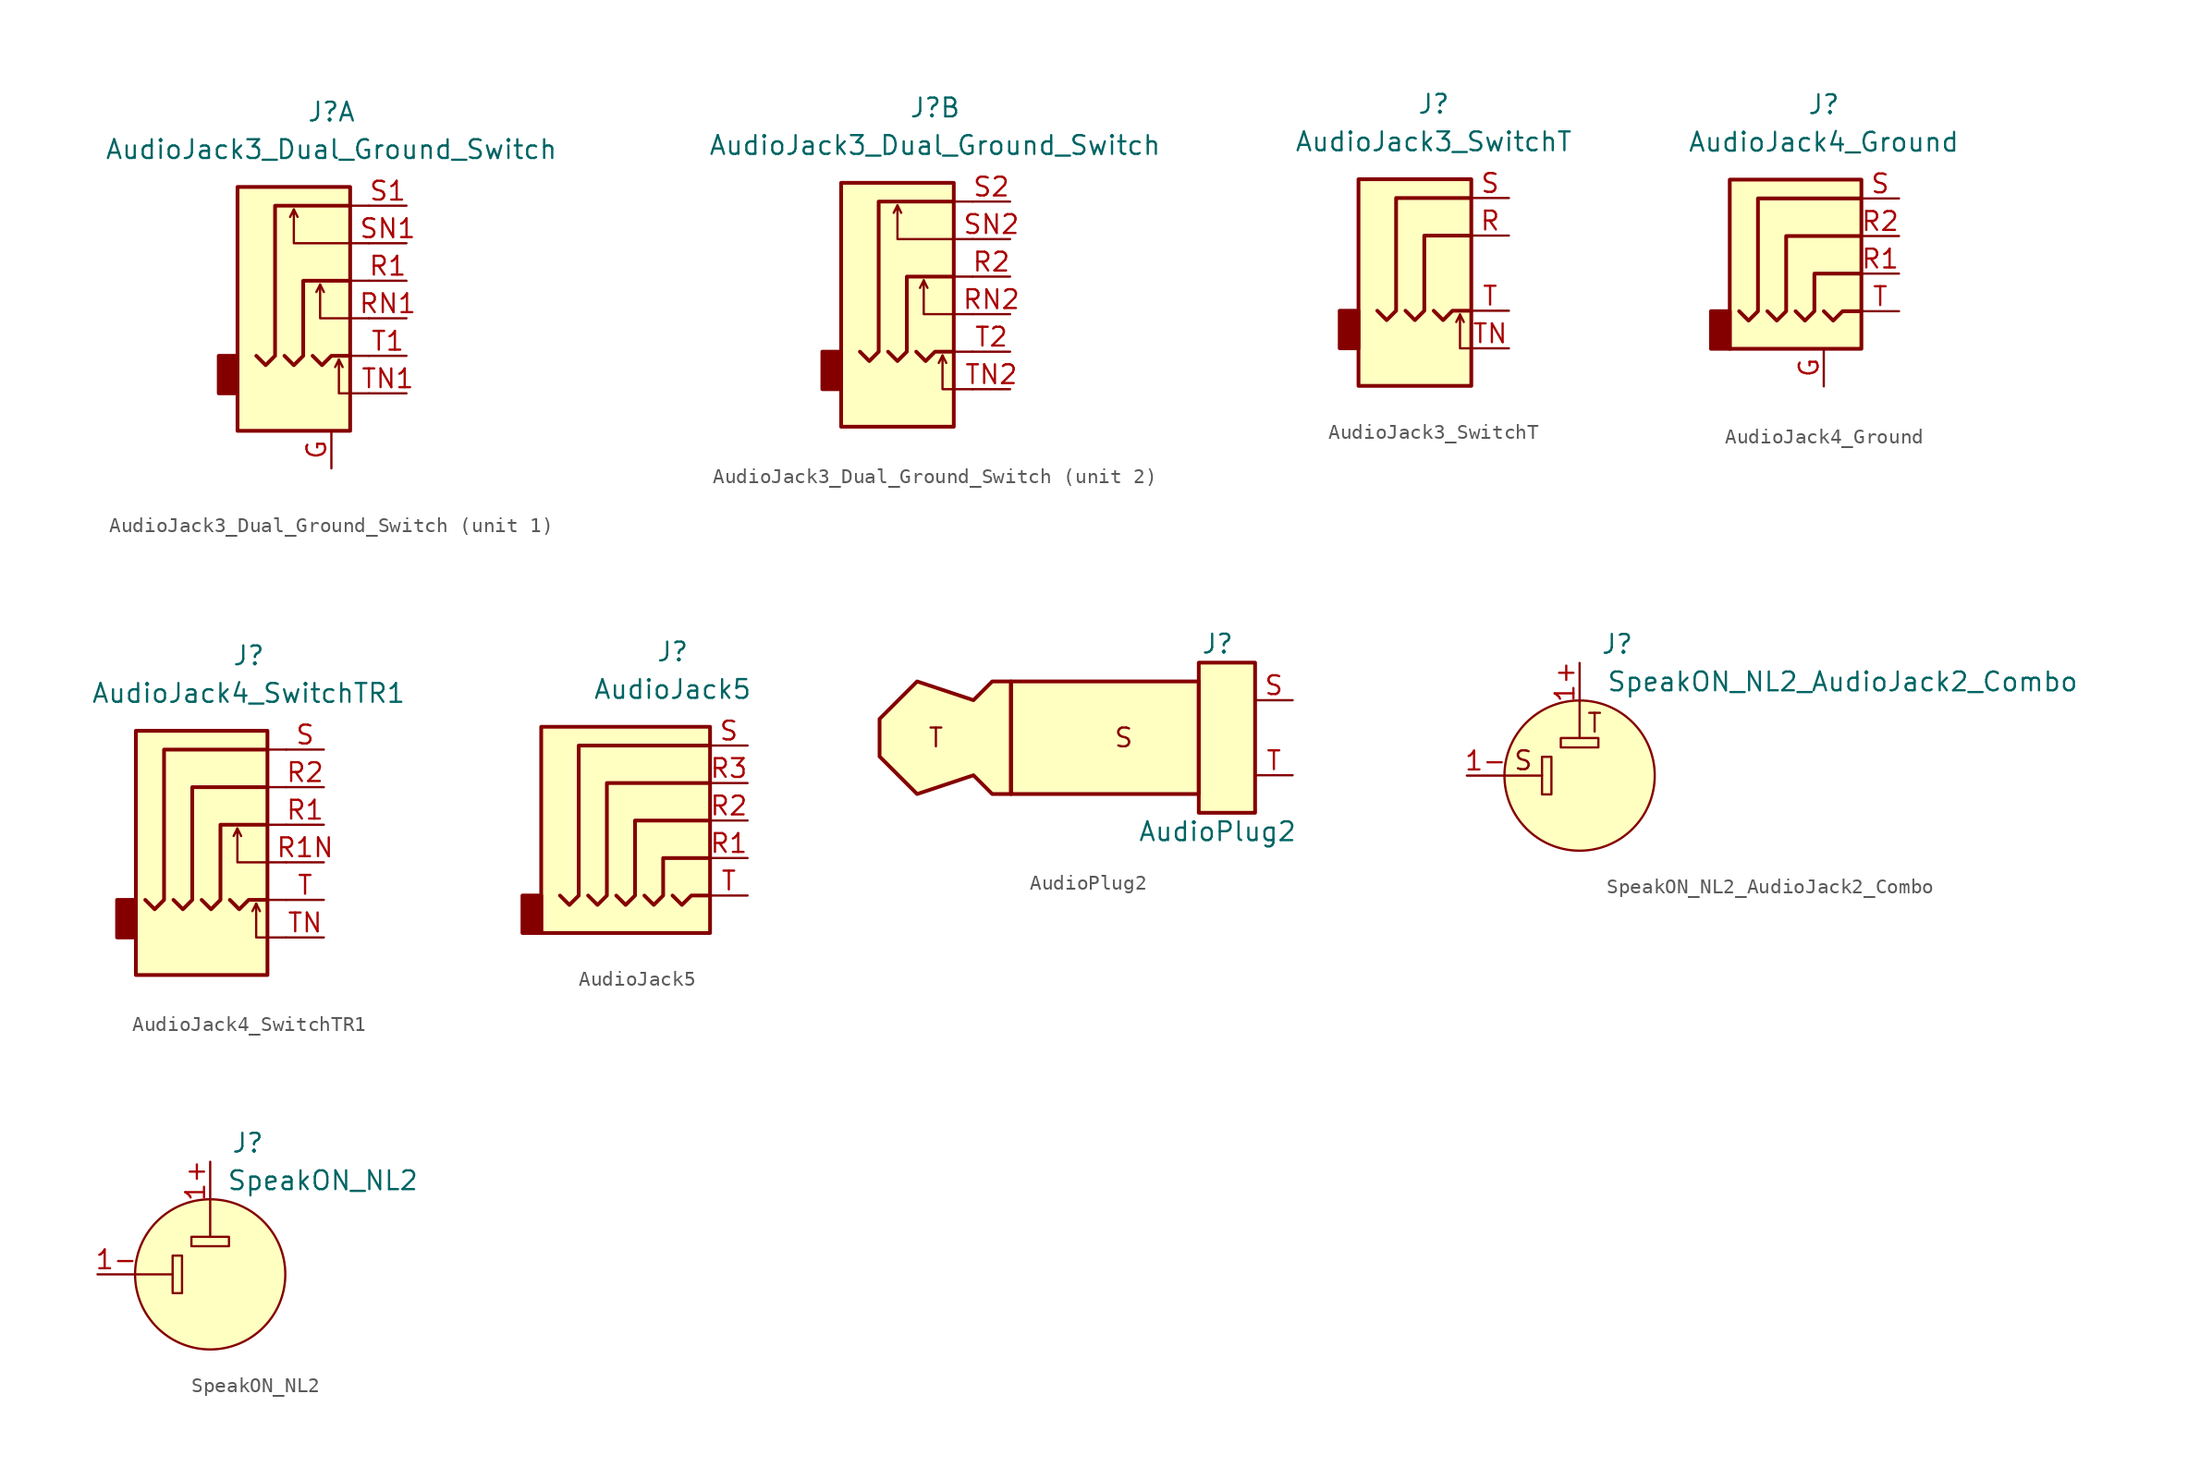
<source format=kicad_sym>
(kicad_symbol_lib
  (version 20241209)
  (generator "kicad_symbol_editor")
  (generator_version "9.0")
  (symbol "AudioJack3_Dual_Ground_Switch"
    (property "Reference" "J"
      (at 0 11.43 0)
      (effects (font (size 1.27 1.27))))
    (property "Value" "AudioJack3_Dual_Ground_Switch"
      (at 0 8.89 0)
      (effects (font (size 1.27 1.27))))
    (symbol "AudioJack3_Dual_Ground_Switch_0_1"
      (rectangle (start -6.35 -5.08) (end -7.62 -7.62) (stroke (width 0.254) (type default)) (fill (type outline)))
      (polyline (pts (xy -3.175 -5.08) (xy -2.54 -5.715) (xy -1.905 -5.08) (xy -1.905 0) (xy 1.27 0)) (stroke (width 0.254) (type default)) (fill (type none)))
      (polyline (pts (xy -2.54 4.826) (xy -2.286 4.318)) (stroke (width 0) (type default)) (fill (type none)))
      (polyline (pts (xy -1.27 -5.08) (xy -0.635 -5.715) (xy 0 -5.08) (xy 1.27 -5.08)) (stroke (width 0.254) (type default)) (fill (type none)))
      (polyline (pts (xy -0.762 -0.254) (xy -0.508 -0.762)) (stroke (width 0) (type default)) (fill (type none)))
      (polyline (pts (xy 0.508 -5.334) (xy 0.762 -5.842)) (stroke (width 0) (type default)) (fill (type none)))
      (rectangle (start 1.27 6.35) (end -6.35 -10.16) (stroke (width 0.254) (type default)) (fill (type background)))
      (polyline (pts (xy 1.27 5.08) (xy -3.81 5.08) (xy -3.81 -5.08) (xy -4.445 -5.715) (xy -5.08 -5.08)) (stroke (width 0.254) (type default)) (fill (type none)))
      (polyline (pts (xy 1.27 0) (xy 2.54 0)) (stroke (width 0) (type default)) (fill (type none)))
      (polyline (pts (xy 2.54 5.08) (xy 1.27 5.08)) (stroke (width 0) (type default)) (fill (type none)))
      (polyline (pts (xy 2.54 2.54) (xy -2.54 2.54) (xy -2.54 4.826) (xy -2.794 4.318)) (stroke (width 0) (type default)) (fill (type none)))
      (polyline (pts (xy 2.54 -2.54) (xy -0.762 -2.54) (xy -0.762 -0.254) (xy -1.016 -0.762)) (stroke (width 0) (type default)) (fill (type none)))
      (polyline (pts (xy 2.54 -5.08) (xy 1.27 -5.08)) (stroke (width 0) (type default)) (fill (type none)))
      (polyline (pts (xy 2.54 -7.62) (xy 0.508 -7.62) (xy 0.508 -5.334) (xy 0.254 -5.842)) (stroke (width 0) (type default)) (fill (type none))))
    (symbol "AudioJack3_Dual_Ground_Switch_1_1"
      (pin passive line (at 0 -12.7 90) (length 2.54) (name "~" (effects (font (size 1.27 1.27)))) (number "G" (effects (font (size 1.27 1.27)))))
      (pin passive line (at 5.08 5.08 180) (length 2.54) (name "~" (effects (font (size 1.27 1.27)))) (number "S1" (effects (font (size 1.27 1.27)))))
      (pin passive line (at 5.08 2.54 180) (length 2.54) (name "~" (effects (font (size 1.27 1.27)))) (number "SN1" (effects (font (size 1.27 1.27)))))
      (pin passive line (at 5.08 0 180) (length 2.54) (name "~" (effects (font (size 1.27 1.27)))) (number "R1" (effects (font (size 1.27 1.27)))))
      (pin passive line (at 5.08 -2.54 180) (length 2.54) (name "~" (effects (font (size 1.27 1.27)))) (number "RN1" (effects (font (size 1.27 1.27)))))
      (pin passive line (at 5.08 -5.08 180) (length 2.54) (name "~" (effects (font (size 1.27 1.27)))) (number "T1" (effects (font (size 1.27 1.27)))))
      (pin passive line (at 5.08 -7.62 180) (length 2.54) (name "~" (effects (font (size 1.27 1.27)))) (number "TN1" (effects (font (size 1.27 1.27))))))
    (symbol "AudioJack3_Dual_Ground_Switch_2_1"
      (pin passive line (at 5.08 5.08 180) (length 2.54) (name "~" (effects (font (size 1.27 1.27)))) (number "S2" (effects (font (size 1.27 1.27)))))
      (pin passive line (at 5.08 2.54 180) (length 2.54) (name "~" (effects (font (size 1.27 1.27)))) (number "SN2" (effects (font (size 1.27 1.27)))))
      (pin passive line (at 5.08 0 180) (length 2.54) (name "~" (effects (font (size 1.27 1.27)))) (number "R2" (effects (font (size 1.27 1.27)))))
      (pin passive line (at 5.08 -2.54 180) (length 2.54) (name "~" (effects (font (size 1.27 1.27)))) (number "RN2" (effects (font (size 1.27 1.27)))))
      (pin passive line (at 5.08 -5.08 180) (length 2.54) (name "~" (effects (font (size 1.27 1.27)))) (number "T2" (effects (font (size 1.27 1.27)))))
      (pin passive line (at 5.08 -7.62 180) (length 2.54) (name "~" (effects (font (size 1.27 1.27)))) (number "TN2" (effects (font (size 1.27 1.27)))))))
  (symbol "AudioJack3_SwitchT"
    (property "Reference" "J"
      (at 0 8.89 0)
      (effects (font (size 1.27 1.27))))
    (property "Value" "AudioJack3_SwitchT"
      (at 0 6.35 0)
      (effects (font (size 1.27 1.27))))
    (symbol "AudioJack3_SwitchT_0_1"
      (rectangle (start -5.08 -5.08) (end -6.35 -7.62) (stroke (width 0.254) (type default)) (fill (type outline)))
      (polyline (pts (xy -1.905 -5.08) (xy -1.27 -5.715) (xy -0.635 -5.08) (xy -0.635 0) (xy 2.54 0)) (stroke (width 0.254) (type default)) (fill (type none)))
      (polyline (pts (xy 0 -5.08) (xy 0.635 -5.715) (xy 1.27 -5.08) (xy 2.54 -5.08)) (stroke (width 0.254) (type default)) (fill (type none)))
      (polyline (pts (xy 1.778 -5.334) (xy 2.032 -5.842)) (stroke (width 0) (type default)) (fill (type none)))
      (rectangle (start 2.54 3.81) (end -5.08 -10.16) (stroke (width 0.254) (type default)) (fill (type background)))
      (polyline (pts (xy 2.54 2.54) (xy -2.54 2.54) (xy -2.54 -5.08) (xy -3.175 -5.715) (xy -3.81 -5.08)) (stroke (width 0.254) (type default)) (fill (type none)))
      (polyline (pts (xy 2.54 -7.62) (xy 1.778 -7.62) (xy 1.778 -5.334) (xy 1.524 -5.842)) (stroke (width 0) (type default)) (fill (type none))))
    (symbol "AudioJack3_SwitchT_1_1"
      (pin passive line (at 5.08 2.54 180) (length 2.54) (name "~" (effects (font (size 1.27 1.27)))) (number "S" (effects (font (size 1.27 1.27)))))
      (pin passive line (at 5.08 0 180) (length 2.54) (name "~" (effects (font (size 1.27 1.27)))) (number "R" (effects (font (size 1.27 1.27)))))
      (pin passive line (at 5.08 -5.08 180) (length 2.54) (name "~" (effects (font (size 1.27 1.27)))) (number "T" (effects (font (size 1.27 1.27)))))
      (pin passive line (at 5.08 -7.62 180) (length 2.54) (name "~" (effects (font (size 1.27 1.27)))) (number "TN" (effects (font (size 1.27 1.27)))))))
  (symbol "AudioJack4_Ground"
    (property "Reference" "J"
      (at 0 8.89 0)
      (effects (font (size 1.27 1.27))))
    (property "Value" "AudioJack4_Ground"
      (at 0 6.35 0)
      (effects (font (size 1.27 1.27))))
    (symbol "AudioJack4_Ground_0_1"
      (rectangle (start -6.35 -7.62) (end -7.62 -5.08) (stroke (width 0.254) (type default)) (fill (type outline)))
      (polyline (pts (xy -5.715 -5.08) (xy -5.08 -5.715) (xy -4.445 -5.08) (xy -4.445 2.54) (xy 2.54 2.54)) (stroke (width 0.254) (type default)) (fill (type none)))
      (polyline (pts (xy -1.905 -5.08) (xy -1.27 -5.715) (xy -0.635 -5.08) (xy -0.635 -2.54) (xy 2.54 -2.54)) (stroke (width 0.254) (type default)) (fill (type none)))
      (polyline (pts (xy 0 -5.08) (xy 0.635 -5.715) (xy 1.27 -5.08) (xy 2.54 -5.08)) (stroke (width 0.254) (type default)) (fill (type none)))
      (rectangle (start 2.54 3.81) (end -6.35 -7.62) (stroke (width 0.254) (type default)) (fill (type background)))
      (polyline (pts (xy 2.54 0) (xy -2.54 0) (xy -2.54 -5.08) (xy -3.175 -5.715) (xy -3.81 -5.08)) (stroke (width 0.254) (type default)) (fill (type none))))
    (symbol "AudioJack4_Ground_1_1"
      (pin passive line (at 0 -10.16 90) (length 2.54) (name "~" (effects (font (size 1.27 1.27)))) (number "G" (effects (font (size 1.27 1.27)))))
      (pin passive line (at 5.08 2.54 180) (length 2.54) (name "~" (effects (font (size 1.27 1.27)))) (number "S" (effects (font (size 1.27 1.27)))))
      (pin passive line (at 5.08 0 180) (length 2.54) (name "~" (effects (font (size 1.27 1.27)))) (number "R2" (effects (font (size 1.27 1.27)))))
      (pin passive line (at 5.08 -2.54 180) (length 2.54) (name "~" (effects (font (size 1.27 1.27)))) (number "R1" (effects (font (size 1.27 1.27)))))
      (pin passive line (at 5.08 -5.08 180) (length 2.54) (name "~" (effects (font (size 1.27 1.27)))) (number "T" (effects (font (size 1.27 1.27)))))))
  (symbol "AudioJack4_SwitchTR1"
    (property "Reference" "J"
      (at 0 11.43 0)
      (effects (font (size 1.27 1.27))))
    (property "Value" "AudioJack4_SwitchTR1"
      (at 0 8.89 0)
      (effects (font (size 1.27 1.27))))
    (symbol "AudioJack4_SwitchTR1_0_1"
      (rectangle (start -7.62 -5.08) (end -8.89 -7.62) (stroke (width 0.254) (type default)) (fill (type outline)))
      (rectangle (start 1.27 6.35) (end -7.62 -10.16) (stroke (width 0.254) (type default)) (fill (type background)))
      (polyline (pts (xy 1.27 2.54) (xy 2.54 2.54)) (stroke (width 0) (type default)) (fill (type none)))
      (polyline (pts (xy 1.27 -5.08) (xy 2.54 -5.08)) (stroke (width 0) (type default)) (fill (type none)))
      (polyline (pts (xy 2.54 5.08) (xy 1.27 5.08)) (stroke (width 0) (type default)) (fill (type none)))
      (polyline (pts (xy 2.54 0) (xy 1.27 0)) (stroke (width 0) (type default)) (fill (type none))))
    (symbol "AudioJack4_SwitchTR1_1_1"
      (polyline (pts (xy -3.175 -5.08) (xy -2.54 -5.715) (xy -1.905 -5.08) (xy -1.905 0) (xy 1.27 0)) (stroke (width 0.254) (type default)) (fill (type none)))
      (polyline (pts (xy -1.27 -5.08) (xy -0.635 -5.715) (xy 0 -5.08) (xy 1.27 -5.08)) (stroke (width 0.254) (type default)) (fill (type none)))
      (polyline (pts (xy -0.762 -0.254) (xy -0.508 -0.762)) (stroke (width 0) (type default)) (fill (type none)))
      (polyline (pts (xy 0.508 -5.334) (xy 0.762 -5.842)) (stroke (width 0) (type default)) (fill (type none)))
      (polyline (pts (xy 1.27 5.08) (xy -5.715 5.08) (xy -5.715 -5.08) (xy -6.35 -5.715) (xy -6.985 -5.08)) (stroke (width 0.254) (type default)) (fill (type none)))
      (polyline (pts (xy 1.27 2.54) (xy -3.81 2.54) (xy -3.81 -5.08) (xy -4.445 -5.715) (xy -5.08 -5.08)) (stroke (width 0.254) (type default)) (fill (type none)))
      (polyline (pts (xy 2.54 -2.54) (xy -0.762 -2.54) (xy -0.762 -0.254) (xy -1.016 -0.762)) (stroke (width 0) (type default)) (fill (type none)))
      (polyline (pts (xy 2.54 -7.62) (xy 0.508 -7.62) (xy 0.508 -5.334) (xy 0.254 -5.842)) (stroke (width 0) (type default)) (fill (type none)))
      (pin passive line (at 5.08 5.08 180) (length 2.54) (name "~" (effects (font (size 1.27 1.27)))) (number "S" (effects (font (size 1.27 1.27)))))
      (pin passive line (at 5.08 2.54 180) (length 2.54) (name "~" (effects (font (size 1.27 1.27)))) (number "R2" (effects (font (size 1.27 1.27)))))
      (pin passive line (at 5.08 0 180) (length 2.54) (name "~" (effects (font (size 1.27 1.27)))) (number "R1" (effects (font (size 1.27 1.27)))))
      (pin passive line (at 5.08 -2.54 180) (length 2.54) (name "~" (effects (font (size 1.27 1.27)))) (number "R1N" (effects (font (size 1.27 1.27)))))
      (pin passive line (at 5.08 -5.08 180) (length 2.54) (name "~" (effects (font (size 1.27 1.27)))) (number "T" (effects (font (size 1.27 1.27)))))
      (pin passive line (at 5.08 -7.62 180) (length 2.54) (name "~" (effects (font (size 1.27 1.27)))) (number "TN" (effects (font (size 1.27 1.27)))))))
  (symbol "AudioJack5"
    (property "Reference" "J"
      (at 0 11.43 0)
      (effects (font (size 1.27 1.27))))
    (property "Value" "AudioJack5"
      (at 0 8.89 0)
      (effects (font (size 1.27 1.27))))
    (symbol "AudioJack5_0_1"
      (rectangle (start -8.89 -5.08) (end -10.16 -7.62) (stroke (width 0.254) (type default)) (fill (type outline)))
      (polyline (pts (xy -5.715 -5.08) (xy -5.08 -5.715) (xy -4.445 -5.08) (xy -4.445 2.54) (xy 2.54 2.54)) (stroke (width 0.254) (type default)) (fill (type none)))
      (polyline (pts (xy -1.905 -5.08) (xy -1.27 -5.715) (xy -0.635 -5.08) (xy -0.635 -2.54) (xy 2.54 -2.54)) (stroke (width 0.254) (type default)) (fill (type none)))
      (polyline (pts (xy 0 -5.08) (xy 0.635 -5.715) (xy 1.27 -5.08) (xy 2.54 -5.08)) (stroke (width 0.254) (type default)) (fill (type none)))
      (rectangle (start 2.54 6.35) (end -8.89 -7.62) (stroke (width 0.254) (type default)) (fill (type background)))
      (polyline (pts (xy 2.54 5.08) (xy -6.35 5.08) (xy -6.35 -5.08) (xy -6.985 -5.715) (xy -7.62 -5.08)) (stroke (width 0.254) (type default)) (fill (type none)))
      (polyline (pts (xy 2.54 0) (xy -2.54 0) (xy -2.54 -5.08) (xy -3.175 -5.715) (xy -3.81 -5.08)) (stroke (width 0.254) (type default)) (fill (type none))))
    (symbol "AudioJack5_1_1"
      (pin passive line (at 5.08 5.08 180) (length 2.54) (name "~" (effects (font (size 1.27 1.27)))) (number "S" (effects (font (size 1.27 1.27)))))
      (pin passive line (at 5.08 2.54 180) (length 2.54) (name "~" (effects (font (size 1.27 1.27)))) (number "R3" (effects (font (size 1.27 1.27)))))
      (pin passive line (at 5.08 0 180) (length 2.54) (name "~" (effects (font (size 1.27 1.27)))) (number "R2" (effects (font (size 1.27 1.27)))))
      (pin passive line (at 5.08 -2.54 180) (length 2.54) (name "~" (effects (font (size 1.27 1.27)))) (number "R1" (effects (font (size 1.27 1.27)))))
      (pin passive line (at 5.08 -5.08 180) (length 2.54) (name "~" (effects (font (size 1.27 1.27)))) (number "T" (effects (font (size 1.27 1.27)))))))
  (symbol "AudioPlug2"
    (property "Reference" "J"
      (at 10.16 6.35 0)
      (effects (font (size 1.27 1.27))))
    (property "Value" "AudioPlug2"
      (at 10.16 -6.35 0)
      (effects (font (size 1.27 1.27))))
    (symbol "AudioPlug2_0_0"
      (text "T" (at -8.89 0 0) (effects (font (size 1.27 1.27))))
      (text "S" (at 3.81 0 0) (effects (font (size 1.27 1.27)))))
    (symbol "AudioPlug2_0_1"
      (rectangle (start -3.81 3.81) (end 8.89 -3.81) (stroke (width 0.254) (type default)) (fill (type background)))
      (polyline (pts (xy -3.81 3.81) (xy -5.08 3.81) (xy -6.35 2.54) (xy -10.16 3.81) (xy -12.7 1.27) (xy -12.7 -1.27) (xy -10.16 -3.81) (xy -6.35 -2.54) (xy -5.08 -3.81) (xy -3.81 -3.81) (xy -3.81 3.81)) (stroke (width 0.254) (type default)) (fill (type background)))
      (rectangle (start 12.7 5.08) (end 8.89 -5.08) (stroke (width 0.254) (type default)) (fill (type background))))
    (symbol "AudioPlug2_1_1"
      (pin passive line (at 15.24 2.54 180) (length 2.54) (name "~" (effects (font (size 1.27 1.27)))) (number "S" (effects (font (size 1.27 1.27)))))
      (pin passive line (at 15.24 -2.54 180) (length 2.54) (name "~" (effects (font (size 1.27 1.27)))) (number "T" (effects (font (size 1.27 1.27)))))))
  (symbol "SpeakON_NL2_AudioJack2_Combo"
    (pin_names
      (hide yes))
    (property "Reference" "J"
      (at 2.54 8.89 0)
      (effects (font (size 1.27 1.27))))
    (property "Value" "SpeakON_NL2_AudioJack2_Combo"
      (at 17.78 6.35 0)
      (effects (font (size 1.27 1.27))))
    (symbol "SpeakON_NL2_AudioJack2_Combo_0_0"
      (text "S" (at -3.81 1.016 0) (effects (font (size 1.27 1.27))))
      (text "T" (at 1.016 3.556 0) (effects (font (size 1.27 1.27)))))
    (symbol "SpeakON_NL2_AudioJack2_Combo_0_1"
      (polyline (pts (xy -5.08 0) (xy -2.54 0)) (stroke (width 0) (type default)) (fill (type none)))
      (rectangle (start -2.54 1.27) (end -1.905 -1.27) (stroke (width 0) (type default)) (fill (type none)))
      (rectangle (start -1.27 2.54) (end 1.27 1.905) (stroke (width 0) (type default)) (fill (type none)))
      (polyline (pts (xy 0 5.08) (xy 0 2.54)) (stroke (width 0) (type default)) (fill (type none)))
      (circle (center 0 0) (radius 5.08) (stroke (width 0) (type default)) (fill (type background)))
      (pin passive line (at -7.62 0 0) (length 2.54) (name "1-" (effects (font (size 1.27 1.27)))) (number "1-" (effects (font (size 1.27 1.27))))))
    (symbol "SpeakON_NL2_AudioJack2_Combo_1_1"
      (pin passive line (at 0 7.62 270) (length 2.54) (name "1+" (effects (font (size 1.27 1.27)))) (number "1+" (effects (font (size 1.27 1.27)))))))
  (symbol "SpeakON_NL2"
    (pin_names
      (hide yes))
    (property "Reference" "J"
      (at 2.54 8.89 0)
      (effects (font (size 1.27 1.27))))
    (property "Value" "SpeakON_NL2"
      (at 7.62 6.35 0)
      (effects (font (size 1.27 1.27))))
    (symbol "SpeakON_NL2_0_1"
      (polyline (pts (xy -5.08 0) (xy -2.54 0)) (stroke (width 0) (type default)) (fill (type none)))
      (rectangle (start -2.54 1.27) (end -1.905 -1.27) (stroke (width 0) (type default)) (fill (type none)))
      (rectangle (start -1.27 2.54) (end 1.27 1.905) (stroke (width 0) (type default)) (fill (type none)))
      (polyline (pts (xy 0 5.08) (xy 0 2.54)) (stroke (width 0) (type default)) (fill (type none)))
      (circle (center 0 0) (radius 5.08) (stroke (width 0) (type default)) (fill (type background)))
      (pin passive line (at -7.62 0 0) (length 2.54) (name "1-" (effects (font (size 1.27 1.27)))) (number "1-" (effects (font (size 1.27 1.27))))))
    (symbol "SpeakON_NL2_1_1"
      (pin passive line (at 0 7.62 270) (length 2.54) (name "1+" (effects (font (size 1.27 1.27)))) (number "1+" (effects (font (size 1.27 1.27))))))))
</source>
